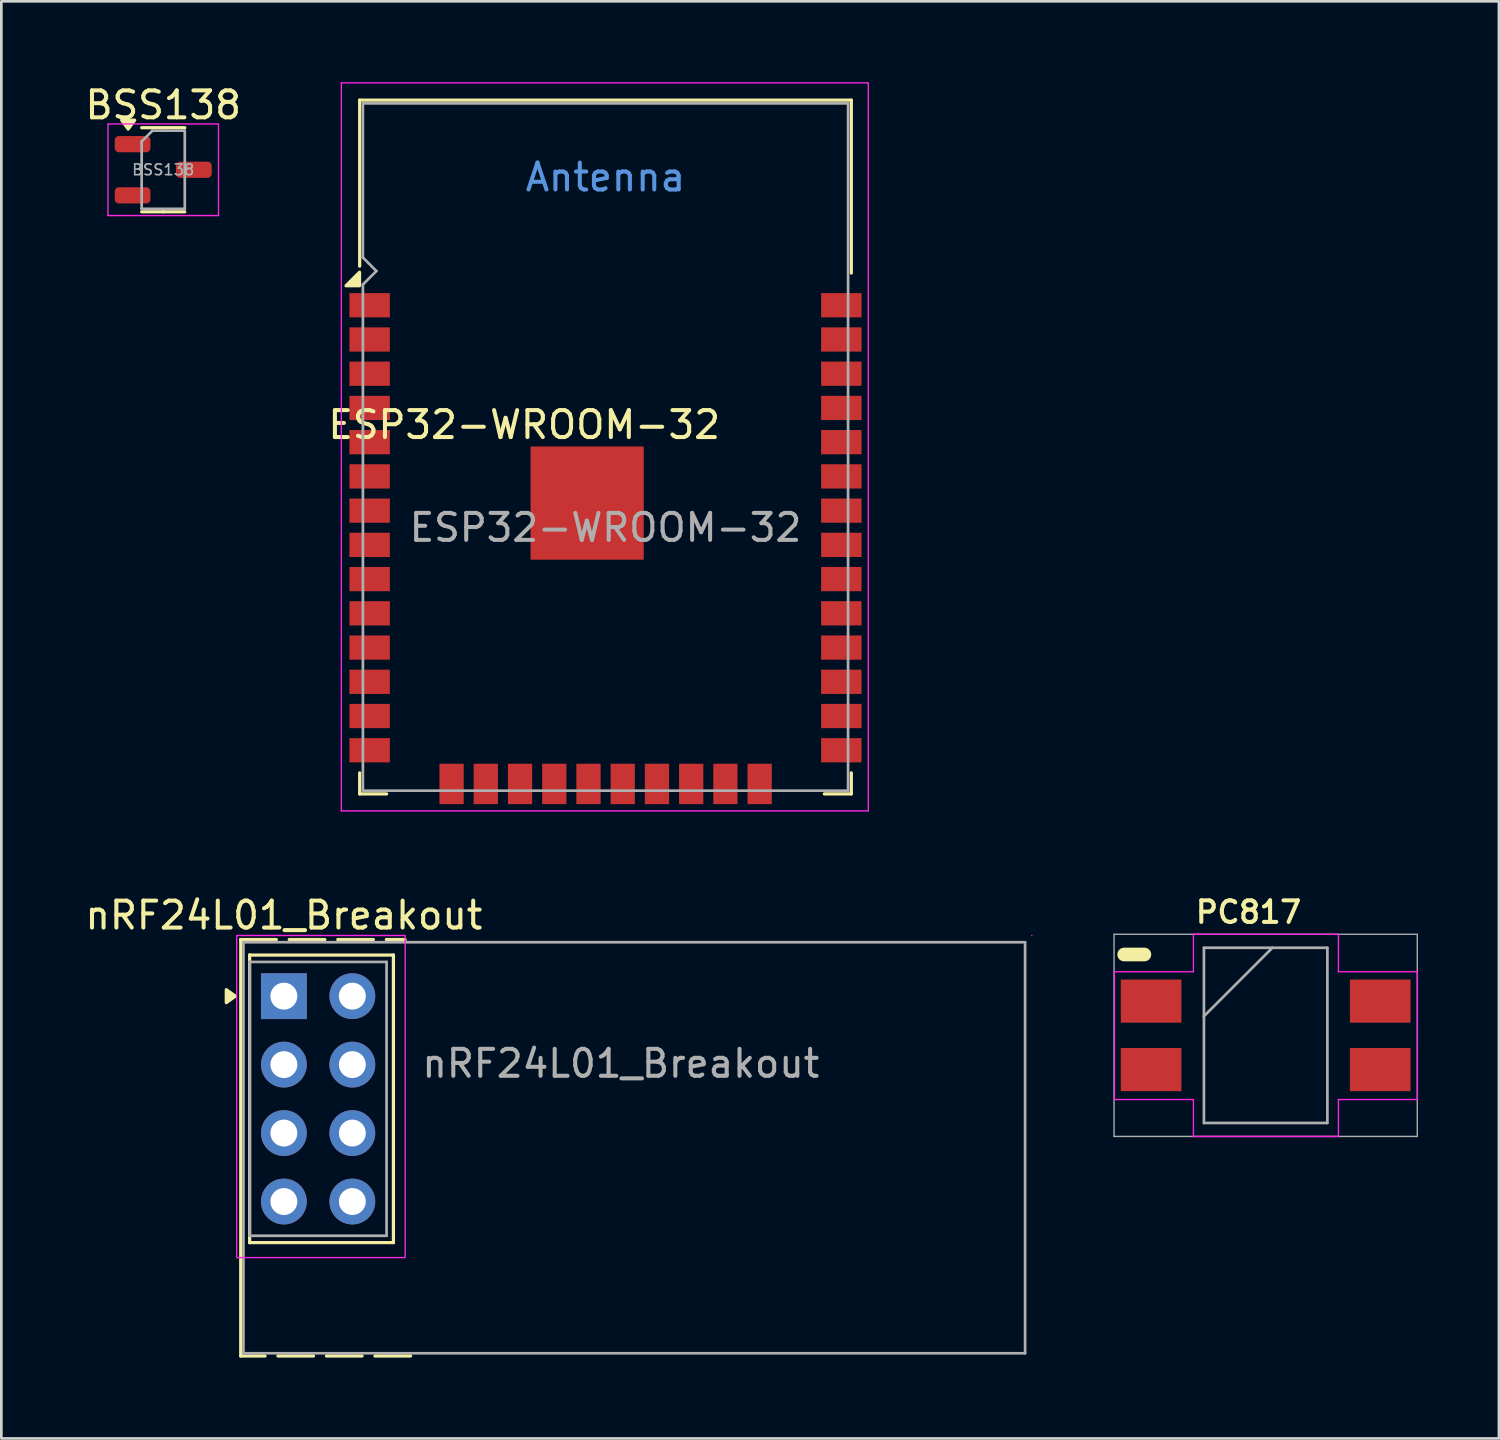
<source format=kicad_pcb>
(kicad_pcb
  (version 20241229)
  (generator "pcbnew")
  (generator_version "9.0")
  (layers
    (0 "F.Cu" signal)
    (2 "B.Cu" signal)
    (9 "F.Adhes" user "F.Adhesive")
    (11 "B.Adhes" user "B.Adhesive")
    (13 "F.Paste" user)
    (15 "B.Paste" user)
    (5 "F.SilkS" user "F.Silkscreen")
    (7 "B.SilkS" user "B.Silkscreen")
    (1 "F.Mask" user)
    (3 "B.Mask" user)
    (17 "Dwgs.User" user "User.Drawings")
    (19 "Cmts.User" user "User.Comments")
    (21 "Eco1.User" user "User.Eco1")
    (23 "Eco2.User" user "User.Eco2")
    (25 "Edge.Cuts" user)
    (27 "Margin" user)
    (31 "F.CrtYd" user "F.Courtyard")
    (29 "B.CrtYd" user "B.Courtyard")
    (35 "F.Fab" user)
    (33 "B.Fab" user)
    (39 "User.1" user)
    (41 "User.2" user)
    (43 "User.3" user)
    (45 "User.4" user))
  (footprint "nRF24L01_Breakout"
    (layer "F.Cu")
    (at 7.482 33.908)
    (property "Reference" "nRF24L01_Breakout" (at 0 -3 180) (layer "F.SilkS") (effects (font (size 1 1) (thickness 0.15))))
    (attr through_hole)
    (fp_line (start -1.6 -2.1) (end -1.6 -2.1) (stroke (width 0.12) (type solid)) (layer "F.SilkS"))
    (fp_line (start -1.6 -2.1) (end 4.5 -2.1) (stroke (width 0.12) (type dash)) (layer "F.SilkS"))
    (fp_line (start -1.6 13.35) (end -1.6 -2.1) (stroke (width 0.12) (type solid)) (layer "F.SilkS"))
    (fp_line (start -1.27 -1.524) (end -1.27 -1.524) (stroke (width 0.12) (type solid)) (layer "F.SilkS"))
    (fp_line (start -1.27 -1.524) (end 4.064 -1.524) (stroke (width 0.12) (type solid)) (layer "F.SilkS"))
    (fp_line (start -1.27 9.144) (end -1.27 -1.524) (stroke (width 0.12) (type solid)) (layer "F.SilkS"))
    (fp_line (start -1.27 9.144) (end -1.27 9.144) (stroke (width 0.12) (type solid)) (layer "F.SilkS"))
    (fp_line (start 4.064 -1.524) (end 4.064 9.144) (stroke (width 0.12) (type solid)) (layer "F.SilkS"))
    (fp_line (start 4.064 9.144) (end -1.27 9.144) (stroke (width 0.12) (type solid)) (layer "F.SilkS"))
    (fp_line (start 4.7 13.35) (end -1.6 13.35) (stroke (width 0.12) (type dash)) (layer "F.SilkS"))
    (fp_poly (pts (xy -1.8 0) (xy -2.136 0.24) (xy -2.136 -0.24) (xy -1.8 0)) (stroke (width 0.12) (type solid)) (fill yes) (layer "F.SilkS"))
    (fp_line (start 27.75 -2.25) (end 27.75 -2.25) (stroke (width 0.05) (type solid)) (layer "F.CrtYd"))
    (fp_rect (start -1.75 -2.25) (end 4.5 9.7) (stroke (width 0.05) (type default)) (fill no) (layer "F.CrtYd"))
    (fp_line (start -1.5 -2) (end -1.5 -2) (stroke (width 0.1) (type solid)) (layer "F.Fab"))
    (fp_line (start -1.5 -2) (end 27.5 -2) (stroke (width 0.1) (type solid)) (layer "F.Fab"))
    (fp_line (start -1.5 13.25) (end -1.5 -2) (stroke (width 0.1) (type solid)) (layer "F.Fab"))
    (fp_line (start -1.27 -1.27) (end -1.27 -1.27) (stroke (width 0.1) (type solid)) (layer "F.Fab"))
    (fp_line (start -1.27 -1.27) (end 3.81 -1.27) (stroke (width 0.1) (type solid)) (layer "F.Fab"))
    (fp_line (start -1.27 8.89) (end -1.27 -1.27) (stroke (width 0.1) (type solid)) (layer "F.Fab"))
    (fp_line (start 3.81 -1.27) (end 3.81 8.89) (stroke (width 0.1) (type solid)) (layer "F.Fab"))
    (fp_line (start 3.81 8.89) (end -1.27 8.89) (stroke (width 0.1) (type solid)) (layer "F.Fab"))
    (fp_line (start 27.5 -2) (end 27.5 13.25) (stroke (width 0.1) (type solid)) (layer "F.Fab"))
    (fp_line (start 27.5 13.25) (end -1.5 13.25) (stroke (width 0.1) (type solid)) (layer "F.Fab"))
    (fp_text user "${REFERENCE}" (at 12.5 2.5 180) (layer "F.Fab") (effects (font (size 1 1) (thickness 0.15))))
    (pad "1" thru_hole rect (at 0 0) (size 1.7 1.7) (drill 1) (layers "*.Cu" "*.Mask"))
    (pad "2" thru_hole circle (at 2.54 0) (size 1.7 1.7) (drill 1) (layers "*.Cu" "*.Mask"))
    (pad "3" thru_hole circle (at 0 2.54) (size 1.7 1.7) (drill 1) (layers "*.Cu" "*.Mask"))
    (pad "4" thru_hole circle (at 2.54 2.54) (size 1.7 1.7) (drill 1) (layers "*.Cu" "*.Mask"))
    (pad "5" thru_hole circle (at 0 5.08) (size 1.7 1.7) (drill 1) (layers "*.Cu" "*.Mask"))
    (pad "6" thru_hole circle (at 2.54 5.08) (size 1.7 1.7) (drill 1) (layers "*.Cu" "*.Mask"))
    (pad "7" thru_hole circle (at 0 7.62) (size 1.7 1.7) (drill 1) (layers "*.Cu" "*.Mask"))
    (pad "8" thru_hole circle (at 2.54 7.62) (size 1.7 1.7) (drill 1) (layers "*.Cu" "*.Mask")))
  (footprint "ESP32-WROOM-32"
    (layer "F.Cu")
    (at 19.414 16.525)
    (property "Reference" "ESP32-WROOM-32" (at -3.015 -3.815 180) (layer "F.SilkS") (effects (font (size 1 1) (thickness 0.15))))
    (attr smd)
    (fp_line (start -9.12 -15.86) (end -9.12 -9.7) (stroke (width 0.12) (type solid)) (layer "F.SilkS"))
    (fp_line (start -9.12 -15.86) (end 9.12 -15.86) (stroke (width 0.12) (type solid)) (layer "F.SilkS"))
    (fp_line (start -9.12 9.1) (end -9.12 9.88) (stroke (width 0.12) (type solid)) (layer "F.SilkS"))
    (fp_line (start -9.12 9.88) (end -8.12 9.88) (stroke (width 0.12) (type solid)) (layer "F.SilkS"))
    (fp_line (start 9.12 -15.86) (end 9.12 -9.445) (stroke (width 0.12) (type solid)) (layer "F.SilkS"))
    (fp_line (start 9.12 9.1) (end 9.12 9.88) (stroke (width 0.12) (type solid)) (layer "F.SilkS"))
    (fp_line (start 9.12 9.88) (end 8.12 9.88) (stroke (width 0.12) (type solid)) (layer "F.SilkS"))
    (fp_poly (pts (xy -9.125 -8.975) (xy -9.625 -8.975) (xy -9.125 -9.475) (xy -9.125 -8.975)) (stroke (width 0.12) (type solid)) (fill yes) (layer "F.SilkS"))
    (fp_line (start -9.8 10.51) (end -9.8 -16.5) (stroke (width 0.05) (type solid)) (layer "F.CrtYd"))
    (fp_line (start -9.8 10.51) (end 9.75 10.51) (stroke (width 0.05) (type solid)) (layer "F.CrtYd"))
    (fp_line (start 9.75 -16.5) (end -9.8 -16.5) (stroke (width 0.05) (type solid)) (layer "F.CrtYd"))
    (fp_line (start 9.75 -16.5) (end 9.75 10.51) (stroke (width 0.05) (type solid)) (layer "F.CrtYd"))
    (fp_line (start -9 -15.74) (end -9 -10.02) (stroke (width 0.1) (type solid)) (layer "F.Fab"))
    (fp_line (start -9 -15.74) (end 9 -15.74) (stroke (width 0.1) (type solid)) (layer "F.Fab"))
    (fp_line (start -9 -9.02) (end -9 9.76) (stroke (width 0.1) (type solid)) (layer "F.Fab"))
    (fp_line (start -9 -9.02) (end -8.5 -9.52) (stroke (width 0.1) (type solid)) (layer "F.Fab"))
    (fp_line (start -9 9.76) (end 9 9.76) (stroke (width 0.1) (type solid)) (layer "F.Fab"))
    (fp_line (start -8.5 -9.52) (end -9 -10.02) (stroke (width 0.1) (type solid)) (layer "F.Fab"))
    (fp_line (start 9 9.76) (end 9 -15.74) (stroke (width 0.1) (type solid)) (layer "F.Fab"))
    (fp_text user "Antenna" (at 0 -13 180) (layer "Cmts.User") (effects (font (size 1 1) (thickness 0.15))))
    (fp_text user "${REFERENCE}" (at 0 0 180) (layer "F.Fab") (effects (font (size 1 1) (thickness 0.15))))
    (pad "1" smd rect (at -8.75 -8.25) (size 1.5 0.9) (layers "F.Cu" "F.Mask" "F.Paste"))
    (pad "2" smd rect (at -8.75 -6.98) (size 1.5 0.9) (layers "F.Cu" "F.Mask" "F.Paste"))
    (pad "3" smd rect (at -8.75 -5.71) (size 1.5 0.9) (layers "F.Cu" "F.Mask" "F.Paste"))
    (pad "4" smd rect (at -8.75 -4.44) (size 1.5 0.9) (layers "F.Cu" "F.Mask" "F.Paste"))
    (pad "5" smd rect (at -8.75 -3.17) (size 1.5 0.9) (layers "F.Cu" "F.Mask" "F.Paste"))
    (pad "6" smd rect (at -8.75 -1.9) (size 1.5 0.9) (layers "F.Cu" "F.Mask" "F.Paste"))
    (pad "7" smd rect (at -8.75 -0.63) (size 1.5 0.9) (layers "F.Cu" "F.Mask" "F.Paste"))
    (pad "8" smd rect (at -8.75 0.64) (size 1.5 0.9) (layers "F.Cu" "F.Mask" "F.Paste"))
    (pad "9" smd rect (at -8.75 1.91) (size 1.5 0.9) (layers "F.Cu" "F.Mask" "F.Paste"))
    (pad "10" smd rect (at -8.75 3.18) (size 1.5 0.9) (layers "F.Cu" "F.Mask" "F.Paste"))
    (pad "11" smd rect (at -8.75 4.45) (size 1.5 0.9) (layers "F.Cu" "F.Mask" "F.Paste"))
    (pad "12" smd rect (at -8.75 5.72) (size 1.5 0.9) (layers "F.Cu" "F.Mask" "F.Paste"))
    (pad "13" smd rect (at -8.75 6.99) (size 1.5 0.9) (layers "F.Cu" "F.Mask" "F.Paste"))
    (pad "14" smd rect (at -8.75 8.26) (size 1.5 0.9) (layers "F.Cu" "F.Mask" "F.Paste"))
    (pad "15" smd rect (at -5.71 9.51 90) (size 1.5 0.9) (layers "F.Cu" "F.Mask" "F.Paste"))
    (pad "16" smd rect (at -4.44 9.51 90) (size 1.5 0.9) (layers "F.Cu" "F.Mask" "F.Paste"))
    (pad "17" smd rect (at -3.17 9.51 90) (size 1.5 0.9) (layers "F.Cu" "F.Mask" "F.Paste"))
    (pad "18" smd rect (at -1.9 9.51 90) (size 1.5 0.9) (layers "F.Cu" "F.Mask" "F.Paste"))
    (pad "19" smd rect (at -0.63 9.51 90) (size 1.5 0.9) (layers "F.Cu" "F.Mask" "F.Paste"))
    (pad "20" smd rect (at 0.64 9.51 90) (size 1.5 0.9) (layers "F.Cu" "F.Mask" "F.Paste"))
    (pad "21" smd rect (at 1.91 9.51 90) (size 1.5 0.9) (layers "F.Cu" "F.Mask" "F.Paste"))
    (pad "22" smd rect (at 3.18 9.51 90) (size 1.5 0.9) (layers "F.Cu" "F.Mask" "F.Paste"))
    (pad "23" smd rect (at 4.45 9.51 90) (size 1.5 0.9) (layers "F.Cu" "F.Mask" "F.Paste"))
    (pad "24" smd rect (at 5.72 9.51 90) (size 1.5 0.9) (layers "F.Cu" "F.Mask" "F.Paste"))
    (pad "25" smd rect (at 8.75 8.26) (size 1.5 0.9) (layers "F.Cu" "F.Mask" "F.Paste"))
    (pad "26" smd rect (at 8.75 6.99) (size 1.5 0.9) (layers "F.Cu" "F.Mask" "F.Paste"))
    (pad "27" smd rect (at 8.75 5.72) (size 1.5 0.9) (layers "F.Cu" "F.Mask" "F.Paste"))
    (pad "28" smd rect (at 8.75 4.45) (size 1.5 0.9) (layers "F.Cu" "F.Mask" "F.Paste"))
    (pad "29" smd rect (at 8.75 3.18) (size 1.5 0.9) (layers "F.Cu" "F.Mask" "F.Paste"))
    (pad "30" smd rect (at 8.75 1.91) (size 1.5 0.9) (layers "F.Cu" "F.Mask" "F.Paste"))
    (pad "31" smd rect (at 8.75 0.64) (size 1.5 0.9) (layers "F.Cu" "F.Mask" "F.Paste"))
    (pad "32" smd rect (at 8.75 -0.63) (size 1.5 0.9) (layers "F.Cu" "F.Mask" "F.Paste"))
    (pad "33" smd rect (at 8.75 -1.9) (size 1.5 0.9) (layers "F.Cu" "F.Mask" "F.Paste"))
    (pad "34" smd rect (at 8.75 -3.17) (size 1.5 0.9) (layers "F.Cu" "F.Mask" "F.Paste"))
    (pad "35" smd rect (at 8.75 -4.44) (size 1.5 0.9) (layers "F.Cu" "F.Mask" "F.Paste"))
    (pad "36" smd rect (at 8.75 -5.71) (size 1.5 0.9) (layers "F.Cu" "F.Mask" "F.Paste"))
    (pad "37" smd rect (at 8.75 -6.98) (size 1.5 0.9) (layers "F.Cu" "F.Mask" "F.Paste"))
    (pad "38" smd rect (at 8.75 -8.25) (size 1.5 0.9) (layers "F.Cu" "F.Mask" "F.Paste"))
    (pad "39" smd rect (at -0.68 -0.91) (size 4.2 4.2) (layers "F.Cu" "F.Mask" "F.Paste"))
    (zone (net_name "") (layer "F.Cu") (hatch edge 0.5) (connect_pads) (min_thickness 0.25) (filled_areas_thickness no) (keepout (tracks allowed) (vias allowed) (pads allowed) (copperpour not_allowed) (footprints allowed)) (placement (enabled no)) (fill) (polygon (pts (xy 9.914 0.225) (xy 28.914 0.325) (xy 28.914 7.825) (xy 9.914 7.825)))))
  (footprint "BSS138"
    (layer "F.Cu")
    (at 3.006 3.248)
    (property "Reference" "BSS138" (at 0 -2.4 0) (layer "F.SilkS") (effects (font (size 1 1) (thickness 0.15))))
    (attr smd)
    (fp_line (start 0 -1.56) (end -0.8 -1.56) (stroke (width 0.12) (type solid)) (layer "F.SilkS"))
    (fp_line (start 0 -1.56) (end 0.8 -1.56) (stroke (width 0.12) (type solid)) (layer "F.SilkS"))
    (fp_line (start 0 1.56) (end -0.8 1.56) (stroke (width 0.12) (type solid)) (layer "F.SilkS"))
    (fp_line (start 0 1.56) (end 0.8 1.56) (stroke (width 0.12) (type solid)) (layer "F.SilkS"))
    (fp_poly (pts (xy -1.3 -1.51) (xy -1.54 -1.84) (xy -1.06 -1.84) (xy -1.3 -1.51)) (stroke (width 0.12) (type solid)) (fill yes) (layer "F.SilkS"))
    (fp_line (start -2.05 -1.7) (end -2.05 1.7) (stroke (width 0.05) (type solid)) (layer "F.CrtYd"))
    (fp_line (start -2.05 1.7) (end 2.05 1.7) (stroke (width 0.05) (type solid)) (layer "F.CrtYd"))
    (fp_line (start 2.05 -1.7) (end -2.05 -1.7) (stroke (width 0.05) (type solid)) (layer "F.CrtYd"))
    (fp_line (start 2.05 1.7) (end 2.05 -1.7) (stroke (width 0.05) (type solid)) (layer "F.CrtYd"))
    (fp_line (start -0.8 -1.05) (end -0.4 -1.45) (stroke (width 0.1) (type solid)) (layer "F.Fab"))
    (fp_line (start -0.8 1.45) (end -0.8 -1.05) (stroke (width 0.1) (type solid)) (layer "F.Fab"))
    (fp_line (start -0.4 -1.45) (end 0.8 -1.45) (stroke (width 0.1) (type solid)) (layer "F.Fab"))
    (fp_line (start 0.8 -1.45) (end 0.8 1.45) (stroke (width 0.1) (type solid)) (layer "F.Fab"))
    (fp_line (start 0.8 1.45) (end -0.8 1.45) (stroke (width 0.1) (type solid)) (layer "F.Fab"))
    (fp_text user "${REFERENCE}" (at 0 0 0) (layer "F.Fab") (effects (font (size 0.4 0.4) (thickness 0.06))))
    (pad "1" smd roundrect (at -1.137 -0.95) (size 1.325 0.6) (layers "F.Cu" "F.Mask" "F.Paste") (roundrect_rratio 0.25))
    (pad "2" smd roundrect (at -1.137 0.95) (size 1.325 0.6) (layers "F.Cu" "F.Mask" "F.Paste") (roundrect_rratio 0.25))
    (pad "3" smd roundrect (at 1.137 0) (size 1.325 0.6) (layers "F.Cu" "F.Mask" "F.Paste") (roundrect_rratio 0.25)))
  (footprint "PC817"
    (layer "F.Cu")
    (at 43.907 35.363)
    (property "Reference" "PC817" (at -0.635 -4.572 0) (layer "F.SilkS") (effects (font (size 0.8 0.8) (thickness 0.15))))
    (attr smd)
    (fp_line (start -5.248 -3) (end -4.5 -3) (stroke (width 0.508) (type solid)) (layer "F.SilkS"))
    (fp_line (start -5.61 -2.36) (end -2.68 -2.36) (stroke (width 0.05) (type default)) (layer "F.CrtYd"))
    (fp_line (start -5.61 2.38) (end -5.61 -2.36) (stroke (width 0.05) (type default)) (layer "F.CrtYd"))
    (fp_line (start -2.68 -3.75) (end 2.7 -3.75) (stroke (width 0.05) (type default)) (layer "F.CrtYd"))
    (fp_line (start -2.68 -2.36) (end -2.68 -3.75) (stroke (width 0.05) (type default)) (layer "F.CrtYd"))
    (fp_line (start -2.68 2.38) (end -5.61 2.38) (stroke (width 0.05) (type default)) (layer "F.CrtYd"))
    (fp_line (start -2.68 3.75) (end -2.68 2.38) (stroke (width 0.05) (type default)) (layer "F.CrtYd"))
    (fp_line (start 2.7 -3.75) (end 2.7 -2.36) (stroke (width 0.05) (type default)) (layer "F.CrtYd"))
    (fp_line (start 2.7 -2.36) (end 5.63 -2.36) (stroke (width 0.05) (type default)) (layer "F.CrtYd"))
    (fp_line (start 2.7 2.38) (end 2.7 3.75) (stroke (width 0.05) (type default)) (layer "F.CrtYd"))
    (fp_line (start 2.7 3.75) (end -2.68 3.75) (stroke (width 0.05) (type default)) (layer "F.CrtYd"))
    (fp_line (start 5.63 -2.36) (end 5.63 2.38) (stroke (width 0.05) (type default)) (layer "F.CrtYd"))
    (fp_line (start 5.63 2.38) (end 2.7 2.38) (stroke (width 0.05) (type default)) (layer "F.CrtYd"))
    (fp_line (start -5.625 -3.75) (end 5.625 -3.75) (stroke (width 0.05) (type solid)) (layer "F.Fab"))
    (fp_line (start -5.625 3.75) (end -5.625 -3.75) (stroke (width 0.05) (type solid)) (layer "F.Fab"))
    (fp_line (start -2.29 -3.25) (end 2.29 -3.25) (stroke (width 0.1) (type solid)) (layer "F.Fab"))
    (fp_line (start -2.29 -0.71) (end 0.25 -3.25) (stroke (width 0.1) (type solid)) (layer "F.Fab"))
    (fp_line (start -2.29 3.25) (end -2.29 -3.25) (stroke (width 0.1) (type solid)) (layer "F.Fab"))
    (fp_line (start 2.29 -3.25) (end 2.29 3.25) (stroke (width 0.1) (type solid)) (layer "F.Fab"))
    (fp_line (start 2.29 3.25) (end -2.29 3.25) (stroke (width 0.1) (type solid)) (layer "F.Fab"))
    (fp_line (start 5.625 -3.75) (end 5.625 3.75) (stroke (width 0.05) (type solid)) (layer "F.Fab"))
    (fp_line (start 5.625 3.75) (end -5.625 3.75) (stroke (width 0.05) (type solid)) (layer "F.Fab"))
    (pad "1" smd rect (at -4.25 -1.27) (size 2.25 1.6) (layers "F.Cu" "F.Mask" "F.Paste"))
    (pad "2" smd rect (at -4.25 1.27) (size 2.25 1.6) (layers "F.Cu" "F.Mask" "F.Paste"))
    (pad "3" smd rect (at 4.25 1.27) (size 2.25 1.6) (layers "F.Cu" "F.Mask" "F.Paste"))
    (pad "4" smd rect (at 4.25 -1.27) (size 2.25 1.6) (layers "F.Cu" "F.Mask" "F.Paste")))
  (gr_rect
    (start -3 -3)
    (end 52.562 50.318)
    (stroke (width 0.1) (type default))
    (fill no)
    (layer "Edge.Cuts")))
</source>
